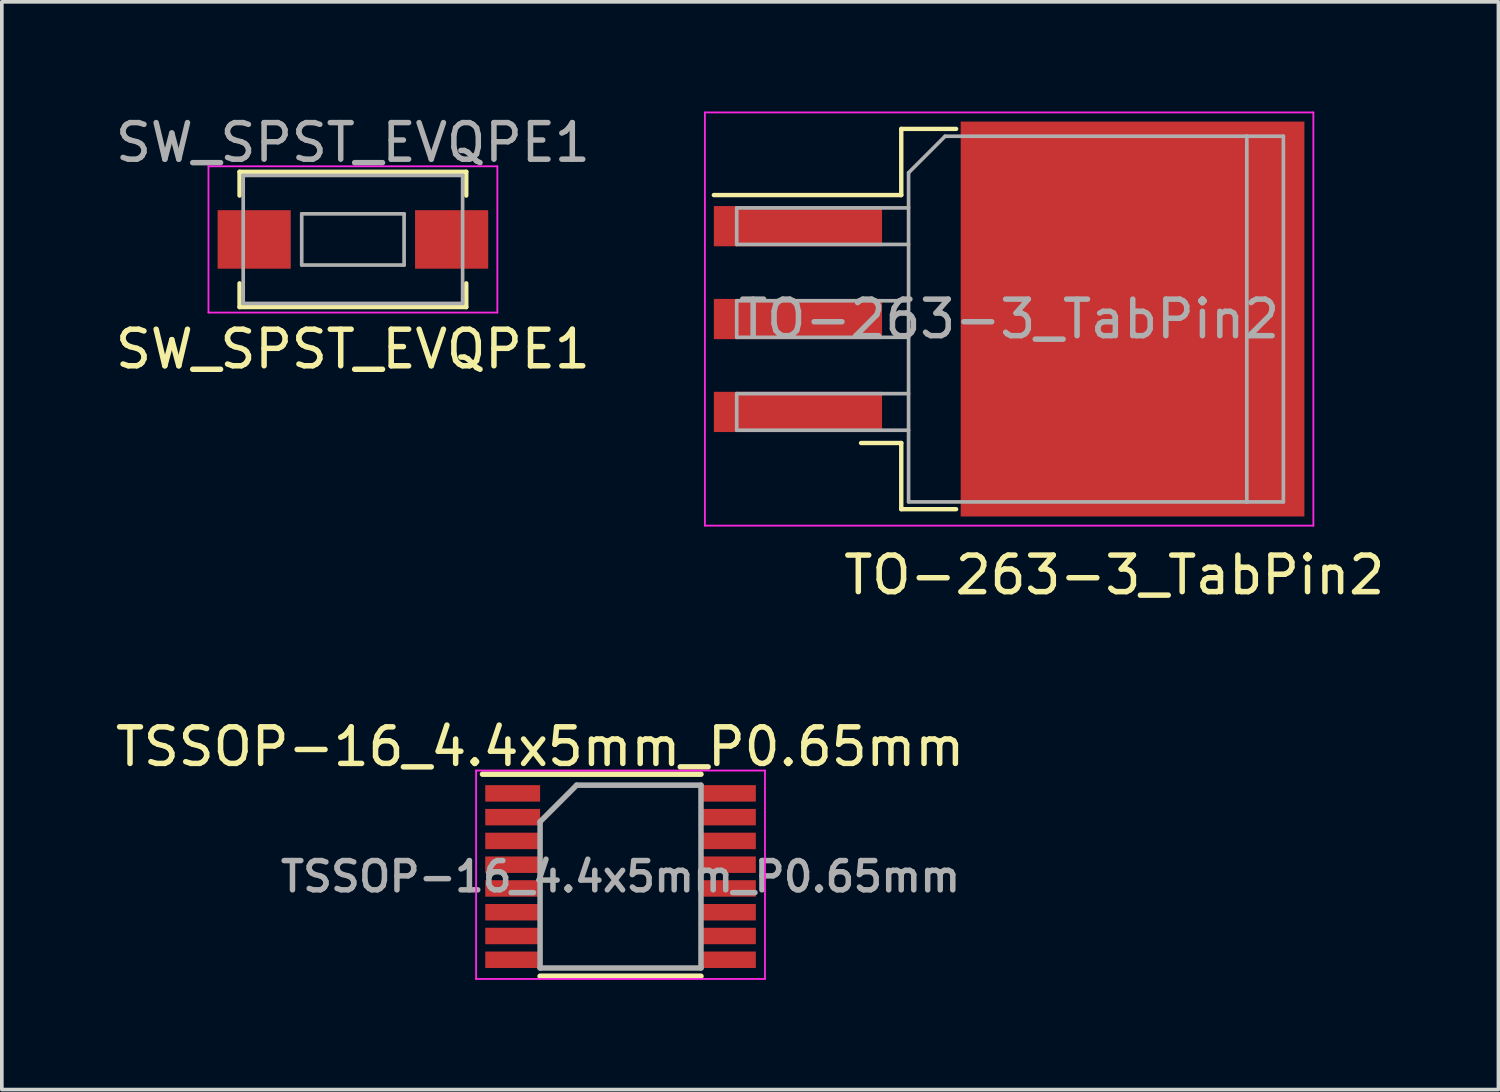
<source format=kicad_pcb>
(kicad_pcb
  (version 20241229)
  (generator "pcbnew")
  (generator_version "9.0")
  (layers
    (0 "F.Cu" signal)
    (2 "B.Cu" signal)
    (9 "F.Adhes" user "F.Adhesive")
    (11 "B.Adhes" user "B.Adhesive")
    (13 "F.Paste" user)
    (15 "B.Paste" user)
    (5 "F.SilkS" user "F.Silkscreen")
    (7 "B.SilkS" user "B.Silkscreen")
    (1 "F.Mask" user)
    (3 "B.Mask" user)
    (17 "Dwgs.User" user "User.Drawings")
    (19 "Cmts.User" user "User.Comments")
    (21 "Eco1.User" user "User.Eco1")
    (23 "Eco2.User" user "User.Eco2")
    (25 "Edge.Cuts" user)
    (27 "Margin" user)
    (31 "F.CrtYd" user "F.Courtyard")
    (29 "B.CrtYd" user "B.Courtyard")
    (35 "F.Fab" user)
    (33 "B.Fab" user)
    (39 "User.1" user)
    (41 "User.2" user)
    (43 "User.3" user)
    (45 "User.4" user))
  (footprint "TO-263-3_TabPin2"
    (layer "F.Cu")
    (at 24.547 5.675)
    (property "Reference" "TO-263-3_TabPin2" (at 2.875 7 0) (layer "F.SilkS") (effects (font (size 1 1) (thickness 0.15))))
    (attr smd)
    (fp_line (start -2.95 -5.2) (end -2.95 -3.39) (stroke (width 0.12) (type solid)) (layer "F.SilkS"))
    (fp_line (start -2.95 -3.39) (end -8.075 -3.39) (stroke (width 0.12) (type solid)) (layer "F.SilkS"))
    (fp_line (start -2.95 3.39) (end -4.05 3.39) (stroke (width 0.12) (type solid)) (layer "F.SilkS"))
    (fp_line (start -2.95 5.2) (end -2.95 3.39) (stroke (width 0.12) (type solid)) (layer "F.SilkS"))
    (fp_line (start -1.45 -5.2) (end -2.95 -5.2) (stroke (width 0.12) (type solid)) (layer "F.SilkS"))
    (fp_line (start -1.45 5.2) (end -2.95 5.2) (stroke (width 0.12) (type solid)) (layer "F.SilkS"))
    (fp_line (start -8.32 -5.65) (end -8.32 5.65) (stroke (width 0.05) (type solid)) (layer "F.CrtYd"))
    (fp_line (start -8.32 5.65) (end 8.32 5.65) (stroke (width 0.05) (type solid)) (layer "F.CrtYd"))
    (fp_line (start 8.32 -5.65) (end -8.32 -5.65) (stroke (width 0.05) (type solid)) (layer "F.CrtYd"))
    (fp_line (start 8.32 5.65) (end 8.32 -5.65) (stroke (width 0.05) (type solid)) (layer "F.CrtYd"))
    (fp_line (start -7.45 -3.04) (end -7.45 -2.04) (stroke (width 0.1) (type solid)) (layer "F.Fab"))
    (fp_line (start -7.45 -2.04) (end -2.75 -2.04) (stroke (width 0.1) (type solid)) (layer "F.Fab"))
    (fp_line (start -7.45 -0.5) (end -7.45 0.5) (stroke (width 0.1) (type solid)) (layer "F.Fab"))
    (fp_line (start -7.45 0.5) (end -2.75 0.5) (stroke (width 0.1) (type solid)) (layer "F.Fab"))
    (fp_line (start -7.45 2.04) (end -7.45 3.04) (stroke (width 0.1) (type solid)) (layer "F.Fab"))
    (fp_line (start -7.45 3.04) (end -2.75 3.04) (stroke (width 0.1) (type solid)) (layer "F.Fab"))
    (fp_line (start -2.75 -4) (end -1.75 -5) (stroke (width 0.1) (type solid)) (layer "F.Fab"))
    (fp_line (start -2.75 -3.04) (end -7.45 -3.04) (stroke (width 0.1) (type solid)) (layer "F.Fab"))
    (fp_line (start -2.75 -0.5) (end -7.45 -0.5) (stroke (width 0.1) (type solid)) (layer "F.Fab"))
    (fp_line (start -2.75 2.04) (end -7.45 2.04) (stroke (width 0.1) (type solid)) (layer "F.Fab"))
    (fp_line (start -2.75 5) (end -2.75 -4) (stroke (width 0.1) (type solid)) (layer "F.Fab"))
    (fp_line (start -1.75 -5) (end 6.5 -5) (stroke (width 0.1) (type solid)) (layer "F.Fab"))
    (fp_line (start 6.5 -5) (end 6.5 5) (stroke (width 0.1) (type solid)) (layer "F.Fab"))
    (fp_line (start 6.5 -5) (end 7.5 -5) (stroke (width 0.1) (type solid)) (layer "F.Fab"))
    (fp_line (start 6.5 5) (end -2.75 5) (stroke (width 0.1) (type solid)) (layer "F.Fab"))
    (fp_line (start 7.5 -5) (end 7.5 5) (stroke (width 0.1) (type solid)) (layer "F.Fab"))
    (fp_line (start 7.5 5) (end 6.5 5) (stroke (width 0.1) (type solid)) (layer "F.Fab"))
    (fp_text user "${REFERENCE}" (at 0 0 0) (layer "F.Fab") (effects (font (size 1 1) (thickness 0.15))))
    (pad "" smd rect (at 0.95 -2.775) (size 4.55 5.25) (layers "F.Paste"))
    (pad "" smd rect (at 0.95 2.775) (size 4.55 5.25) (layers "F.Paste"))
    (pad "" smd rect (at 5.8 -2.775) (size 4.55 5.25) (layers "F.Paste"))
    (pad "" smd rect (at 5.8 2.775) (size 4.55 5.25) (layers "F.Paste"))
    (pad "1" smd rect (at -5.775 -2.54) (size 4.6 1.1) (layers "F.Cu" "F.Mask" "F.Paste"))
    (pad "2" smd rect (at -5.775 0) (size 4.6 1.1) (layers "F.Cu" "F.Mask" "F.Paste"))
    (pad "2" smd rect (at 3.375 0) (size 9.4 10.8) (layers "F.Cu" "F.Mask"))
    (pad "3" smd rect (at -5.775 2.54) (size 4.6 1.1) (layers "F.Cu" "F.Mask" "F.Paste")))
  (footprint "TSSOP-16_4.4x5mm_P0.65mm"
    (layer "F.Cu")
    (at 13.92 20.922)
    (property "Reference" "TSSOP-16_4.4x5mm_P0.65mm" (at -2.2 -3.55 0) (layer "F.SilkS") (effects (font (size 1 1) (thickness 0.15))))
    (attr smd)
    (fp_line (start -3.775 -2.8) (end 2.2 -2.8) (stroke (width 0.15) (type solid)) (layer "F.SilkS"))
    (fp_line (start -2.2 2.725) (end 2.2 2.725) (stroke (width 0.15) (type solid)) (layer "F.SilkS"))
    (fp_line (start -3.95 -2.9) (end -3.95 2.8) (stroke (width 0.05) (type solid)) (layer "F.CrtYd"))
    (fp_line (start -3.95 -2.9) (end 3.95 -2.9) (stroke (width 0.05) (type solid)) (layer "F.CrtYd"))
    (fp_line (start -3.95 2.8) (end 3.95 2.8) (stroke (width 0.05) (type solid)) (layer "F.CrtYd"))
    (fp_line (start 3.95 -2.9) (end 3.95 2.8) (stroke (width 0.05) (type solid)) (layer "F.CrtYd"))
    (fp_line (start -2.2 -1.5) (end -1.2 -2.5) (stroke (width 0.15) (type solid)) (layer "F.Fab"))
    (fp_line (start -2.2 2.5) (end -2.2 -1.5) (stroke (width 0.15) (type solid)) (layer "F.Fab"))
    (fp_line (start -1.2 -2.5) (end 2.2 -2.5) (stroke (width 0.15) (type solid)) (layer "F.Fab"))
    (fp_line (start 2.2 -2.5) (end 2.2 2.5) (stroke (width 0.15) (type solid)) (layer "F.Fab"))
    (fp_line (start 2.2 2.5) (end -2.2 2.5) (stroke (width 0.15) (type solid)) (layer "F.Fab"))
    (fp_text user "${REFERENCE}" (at 0 0 0) (layer "F.Fab") (effects (font (size 0.8 0.8) (thickness 0.15))))
    (pad "1" smd rect (at -2.95 -2.275) (size 1.5 0.45) (layers "F.Cu" "F.Mask" "F.Paste"))
    (pad "2" smd rect (at -2.95 -1.625) (size 1.5 0.45) (layers "F.Cu" "F.Mask" "F.Paste"))
    (pad "3" smd rect (at -2.95 -0.975) (size 1.5 0.45) (layers "F.Cu" "F.Mask" "F.Paste"))
    (pad "4" smd rect (at -2.95 -0.325) (size 1.5 0.45) (layers "F.Cu" "F.Mask" "F.Paste"))
    (pad "5" smd rect (at -2.95 0.325) (size 1.5 0.45) (layers "F.Cu" "F.Mask" "F.Paste"))
    (pad "6" smd rect (at -2.95 0.975) (size 1.5 0.45) (layers "F.Cu" "F.Mask" "F.Paste"))
    (pad "7" smd rect (at -2.95 1.625) (size 1.5 0.45) (layers "F.Cu" "F.Mask" "F.Paste"))
    (pad "8" smd rect (at -2.95 2.275) (size 1.5 0.45) (layers "F.Cu" "F.Mask" "F.Paste"))
    (pad "9" smd rect (at 2.95 2.275) (size 1.5 0.45) (layers "F.Cu" "F.Mask" "F.Paste"))
    (pad "10" smd rect (at 2.95 1.625) (size 1.5 0.45) (layers "F.Cu" "F.Mask" "F.Paste"))
    (pad "11" smd rect (at 2.95 0.975) (size 1.5 0.45) (layers "F.Cu" "F.Mask" "F.Paste"))
    (pad "12" smd rect (at 2.95 0.325) (size 1.5 0.45) (layers "F.Cu" "F.Mask" "F.Paste"))
    (pad "13" smd rect (at 2.95 -0.325) (size 1.5 0.45) (layers "F.Cu" "F.Mask" "F.Paste"))
    (pad "14" smd rect (at 2.95 -0.975) (size 1.5 0.45) (layers "F.Cu" "F.Mask" "F.Paste"))
    (pad "15" smd rect (at 2.95 -1.625) (size 1.5 0.45) (layers "F.Cu" "F.Mask" "F.Paste"))
    (pad "16" smd rect (at 2.95 -2.275) (size 1.5 0.45) (layers "F.Cu" "F.Mask" "F.Paste")))
  (footprint "SW_SPST_EVQPE1"
    (layer "F.Cu")
    (at 6.601 3.498)
    (property "Reference" "SW_SPST_EVQPE1" (at 0 3 0) (layer "F.SilkS") (effects (font (size 1 1) (thickness 0.15))))
    (attr smd)
    (fp_line (start -3.1 -1.85) (end -3.1 -1.2) (stroke (width 0.12) (type solid)) (layer "F.SilkS"))
    (fp_line (start -3.1 1.2) (end -3.1 1.85) (stroke (width 0.12) (type solid)) (layer "F.SilkS"))
    (fp_line (start -3.1 1.85) (end 3.1 1.85) (stroke (width 0.12) (type solid)) (layer "F.SilkS"))
    (fp_line (start 3.1 -1.85) (end -3.1 -1.85) (stroke (width 0.12) (type solid)) (layer "F.SilkS"))
    (fp_line (start 3.1 -1.85) (end 3.1 -1.2) (stroke (width 0.12) (type solid)) (layer "F.SilkS"))
    (fp_line (start 3.1 1.85) (end 3.1 1.2) (stroke (width 0.12) (type solid)) (layer "F.SilkS"))
    (fp_line (start -3.95 -2) (end 3.95 -2) (stroke (width 0.05) (type solid)) (layer "F.CrtYd"))
    (fp_line (start -3.95 2) (end -3.95 -2) (stroke (width 0.05) (type solid)) (layer "F.CrtYd"))
    (fp_line (start 3.95 -2) (end 3.95 2) (stroke (width 0.05) (type solid)) (layer "F.CrtYd"))
    (fp_line (start 3.95 2) (end -3.95 2) (stroke (width 0.05) (type solid)) (layer "F.CrtYd"))
    (fp_line (start -3 -1.75) (end 3 -1.75) (stroke (width 0.1) (type solid)) (layer "F.Fab"))
    (fp_line (start -3 1.75) (end -3 -1.75) (stroke (width 0.1) (type solid)) (layer "F.Fab"))
    (fp_line (start -1.4 -0.7) (end 1.4 -0.7) (stroke (width 0.1) (type solid)) (layer "F.Fab"))
    (fp_line (start -1.4 0.7) (end -1.4 -0.7) (stroke (width 0.1) (type solid)) (layer "F.Fab"))
    (fp_line (start 1.4 -0.7) (end 1.4 0.7) (stroke (width 0.1) (type solid)) (layer "F.Fab"))
    (fp_line (start 1.4 0.7) (end -1.4 0.7) (stroke (width 0.1) (type solid)) (layer "F.Fab"))
    (fp_line (start 3 -1.75) (end 3 1.75) (stroke (width 0.1) (type solid)) (layer "F.Fab"))
    (fp_line (start 3 1.75) (end -3 1.75) (stroke (width 0.1) (type solid)) (layer "F.Fab"))
    (fp_text user "${REFERENCE}" (at 0 -2.65 0) (layer "F.Fab") (effects (font (size 1 1) (thickness 0.15))))
    (pad "1" smd rect (at -2.7 0) (size 2 1.6) (layers "F.Cu" "F.Mask" "F.Paste"))
    (pad "2" smd rect (at 2.7 0) (size 2 1.6) (layers "F.Cu" "F.Mask" "F.Paste")))
  (gr_rect
    (start -3 -3)
    (end 37.928 26.747)
    (stroke (width 0.1) (type default))
    (fill no)
    (layer "Edge.Cuts")))
</source>
